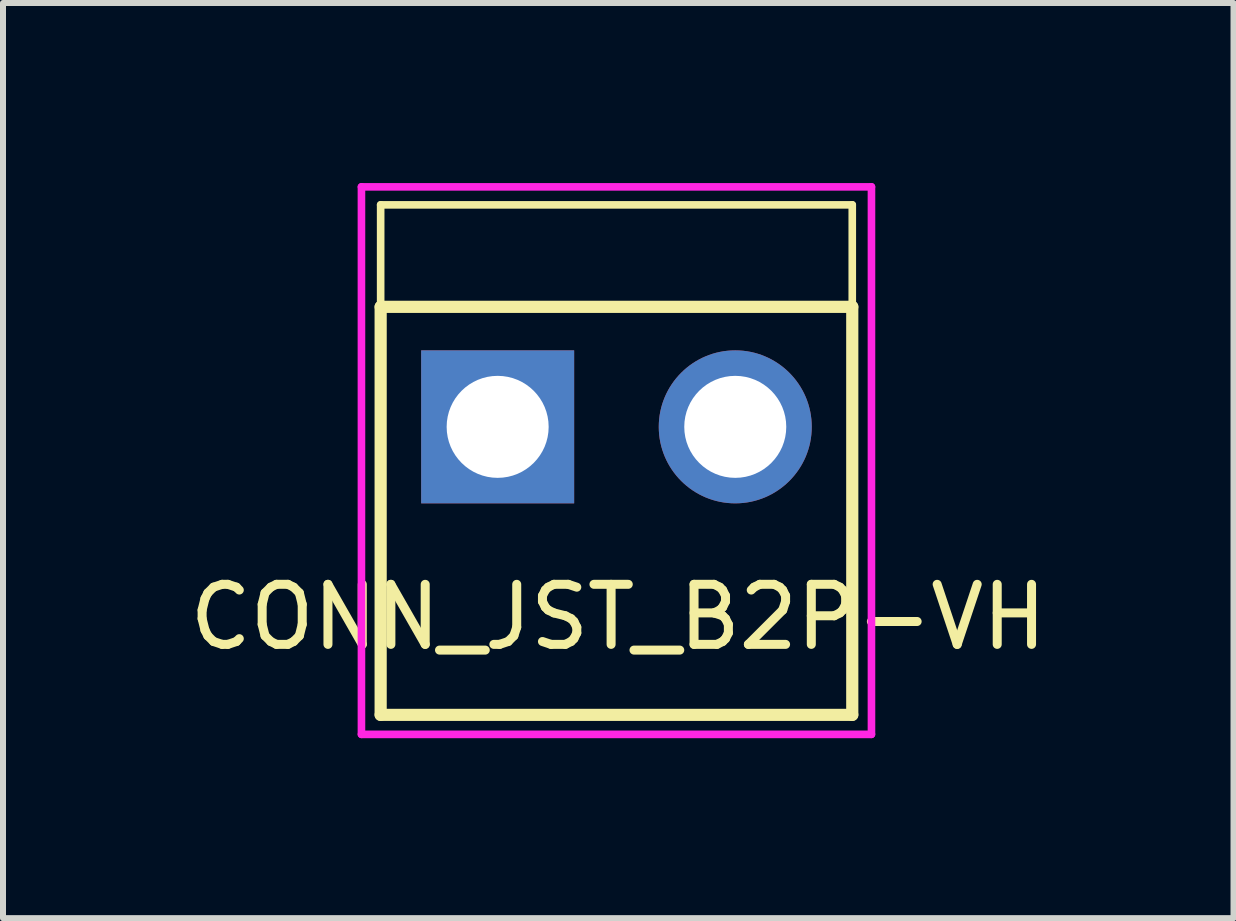
<source format=kicad_pcb>
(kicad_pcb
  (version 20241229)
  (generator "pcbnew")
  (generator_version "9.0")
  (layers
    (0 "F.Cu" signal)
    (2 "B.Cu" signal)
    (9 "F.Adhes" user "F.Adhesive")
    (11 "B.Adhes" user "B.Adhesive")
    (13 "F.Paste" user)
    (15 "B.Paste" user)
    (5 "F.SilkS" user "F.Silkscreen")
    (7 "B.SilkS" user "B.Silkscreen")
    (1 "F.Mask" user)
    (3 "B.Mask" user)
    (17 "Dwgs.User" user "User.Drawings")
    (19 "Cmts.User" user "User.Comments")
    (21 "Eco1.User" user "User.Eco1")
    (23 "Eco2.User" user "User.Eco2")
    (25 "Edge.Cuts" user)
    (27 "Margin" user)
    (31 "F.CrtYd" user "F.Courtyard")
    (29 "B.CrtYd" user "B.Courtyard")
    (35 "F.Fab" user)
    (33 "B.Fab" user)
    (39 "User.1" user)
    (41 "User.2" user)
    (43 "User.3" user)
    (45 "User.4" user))
  (footprint "CONN_JST_B2P-VH"
    (layer "F.Cu")
    (at 7.224 4.064)
    (property "Reference" "CONN_JST_B2P-VH" (at 0.03 3.17 0) (layer "F.SilkS") (effects (font (size 1.001 1.001) (thickness 0.15))))
    (attr through_hole)
    (fp_line (start -3.93 -3.7) (end 3.93 -3.7) (stroke (width 0.127) (type solid)) (layer "F.SilkS"))
    (fp_line (start -3.93 -2) (end -3.93 -3.7) (stroke (width 0.127) (type solid)) (layer "F.SilkS"))
    (fp_line (start -3.93 4.8) (end -3.93 -2) (stroke (width 0.203) (type solid)) (layer "F.SilkS"))
    (fp_line (start 3.93 -2) (end -3.93 -2) (stroke (width 0.203) (type solid)) (layer "F.SilkS"))
    (fp_line (start 3.93 -2) (end 3.93 -3.7) (stroke (width 0.127) (type solid)) (layer "F.SilkS"))
    (fp_line (start 3.93 -2) (end 3.93 4.8) (stroke (width 0.203) (type solid)) (layer "F.SilkS"))
    (fp_line (start 3.93 4.8) (end -3.93 4.8) (stroke (width 0.203) (type solid)) (layer "F.SilkS"))
    (fp_line (start -4.25 -4) (end 4.25 -4) (stroke (width 0.127) (type solid)) (layer "F.CrtYd"))
    (fp_line (start -4.25 5.125) (end -4.25 -4) (stroke (width 0.127) (type solid)) (layer "F.CrtYd"))
    (fp_line (start 4.25 -4) (end 4.25 5.125) (stroke (width 0.127) (type solid)) (layer "F.CrtYd"))
    (fp_line (start 4.25 5.125) (end -4.25 5.125) (stroke (width 0.127) (type solid)) (layer "F.CrtYd"))
    (pad "1" thru_hole rect (at -1.98 0) (size 2.55 2.55) (drill 1.7) (layers "*.Cu" "*.Mask"))
    (pad "2" thru_hole circle (at 1.98 0) (size 2.55 2.55) (drill 1.7) (layers "*.Cu" "*.Mask")))
  (gr_rect
    (start -3 -3)
    (end 17.508 12.252)
    (stroke (width 0.1) (type default))
    (fill no)
    (layer "Edge.Cuts")))
</source>
